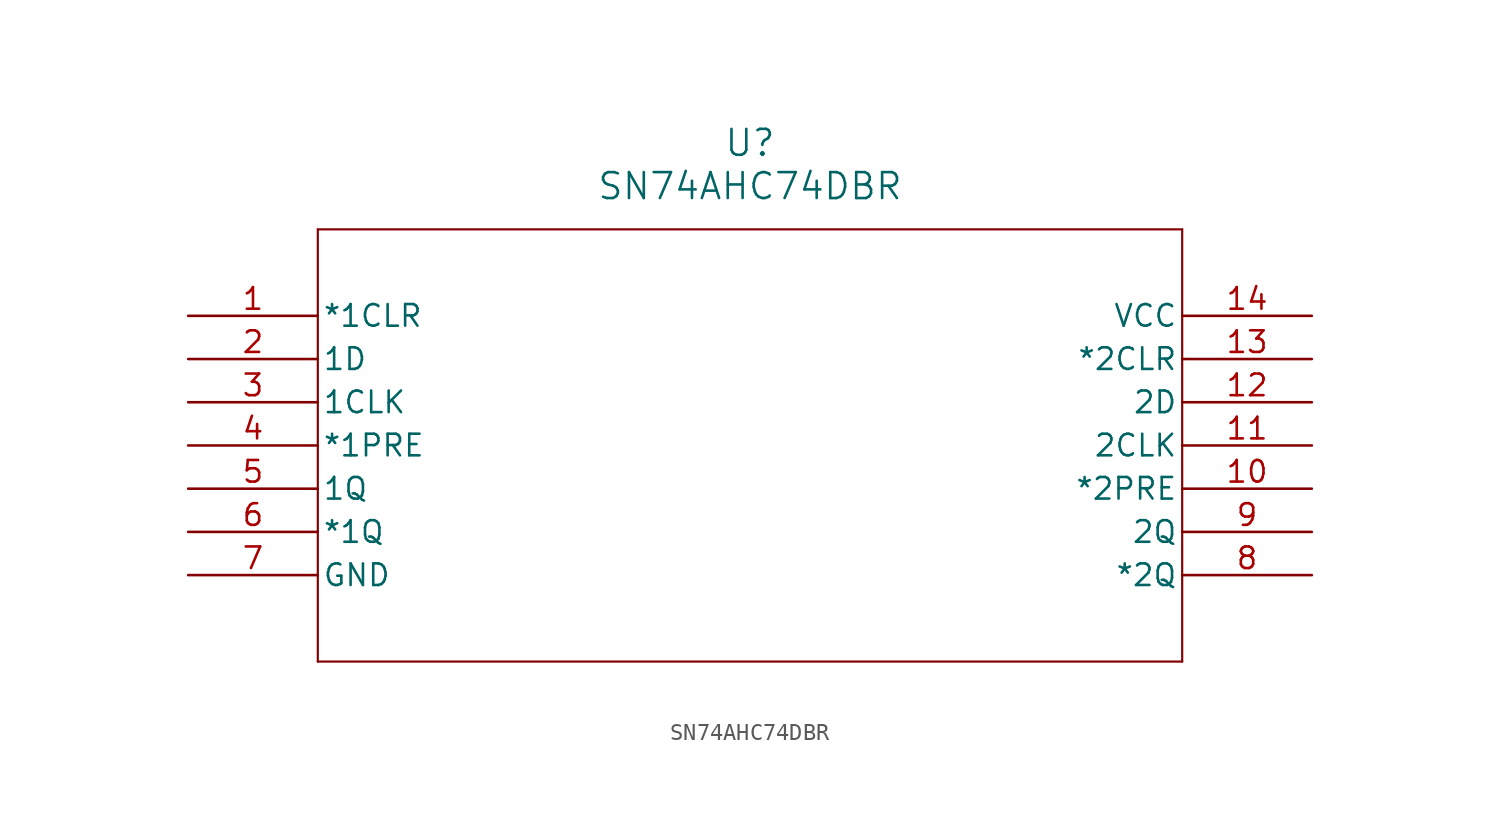
<source format=kicad_sym>
(kicad_symbol_lib
  (version 20211014)
  (generator kicad_symbol_editor)
  (symbol "SN74AHC74DBR"
    (pin_names
      (offset 0.254))
    (property "Reference" "U"
      (at 33.02 10.16 0)
      (effects (font (size 1.524 1.524))))
    (property "Value" "SN74AHC74DBR"
      (at 33.02 7.62 0)
      (effects (font (size 1.524 1.524))))
    (symbol "SN74AHC74DBR_0_1"
      (polyline (pts (xy 7.62 5.08) (xy 7.62 -20.32)) (stroke (width 0.127) (type default) (color 0 0 0 0)) (fill (type none)))
      (polyline (pts (xy 7.62 -20.32) (xy 58.42 -20.32)) (stroke (width 0.127) (type default) (color 0 0 0 0)) (fill (type none)))
      (polyline (pts (xy 58.42 -20.32) (xy 58.42 5.08)) (stroke (width 0.127) (type default) (color 0 0 0 0)) (fill (type none)))
      (polyline (pts (xy 58.42 5.08) (xy 7.62 5.08)) (stroke (width 0.127) (type default) (color 0 0 0 0)) (fill (type none)))
      (pin input line (at 0 0 0) (length 7.62) (name "*1CLR" (effects (font (size 1.27 1.27)))) (number "1" (effects (font (size 1.27 1.27)))))
      (pin input line (at 0 -2.54 0) (length 7.62) (name "1D" (effects (font (size 1.27 1.27)))) (number "2" (effects (font (size 1.27 1.27)))))
      (pin input line (at 0 -5.08 0) (length 7.62) (name "1CLK" (effects (font (size 1.27 1.27)))) (number "3" (effects (font (size 1.27 1.27)))))
      (pin input line (at 0 -7.62 0) (length 7.62) (name "*1PRE" (effects (font (size 1.27 1.27)))) (number "4" (effects (font (size 1.27 1.27)))))
      (pin output line (at 0 -10.16 0) (length 7.62) (name "1Q" (effects (font (size 1.27 1.27)))) (number "5" (effects (font (size 1.27 1.27)))))
      (pin output line (at 0 -12.7 0) (length 7.62) (name "*1Q" (effects (font (size 1.27 1.27)))) (number "6" (effects (font (size 1.27 1.27)))))
      (pin power_in line (at 0 -15.24 0) (length 7.62) (name "GND" (effects (font (size 1.27 1.27)))) (number "7" (effects (font (size 1.27 1.27)))))
      (pin output line (at 66.04 -15.24 180) (length 7.62) (name "*2Q" (effects (font (size 1.27 1.27)))) (number "8" (effects (font (size 1.27 1.27)))))
      (pin output line (at 66.04 -12.7 180) (length 7.62) (name "2Q" (effects (font (size 1.27 1.27)))) (number "9" (effects (font (size 1.27 1.27)))))
      (pin input line (at 66.04 -10.16 180) (length 7.62) (name "*2PRE" (effects (font (size 1.27 1.27)))) (number "10" (effects (font (size 1.27 1.27)))))
      (pin input line (at 66.04 -7.62 180) (length 7.62) (name "2CLK" (effects (font (size 1.27 1.27)))) (number "11" (effects (font (size 1.27 1.27)))))
      (pin input line (at 66.04 -5.08 180) (length 7.62) (name "2D" (effects (font (size 1.27 1.27)))) (number "12" (effects (font (size 1.27 1.27)))))
      (pin input line (at 66.04 -2.54 180) (length 7.62) (name "*2CLR" (effects (font (size 1.27 1.27)))) (number "13" (effects (font (size 1.27 1.27)))))
      (pin power_in line (at 66.04 0 180) (length 7.62) (name "VCC" (effects (font (size 1.27 1.27)))) (number "14" (effects (font (size 1.27 1.27))))))))
</source>
